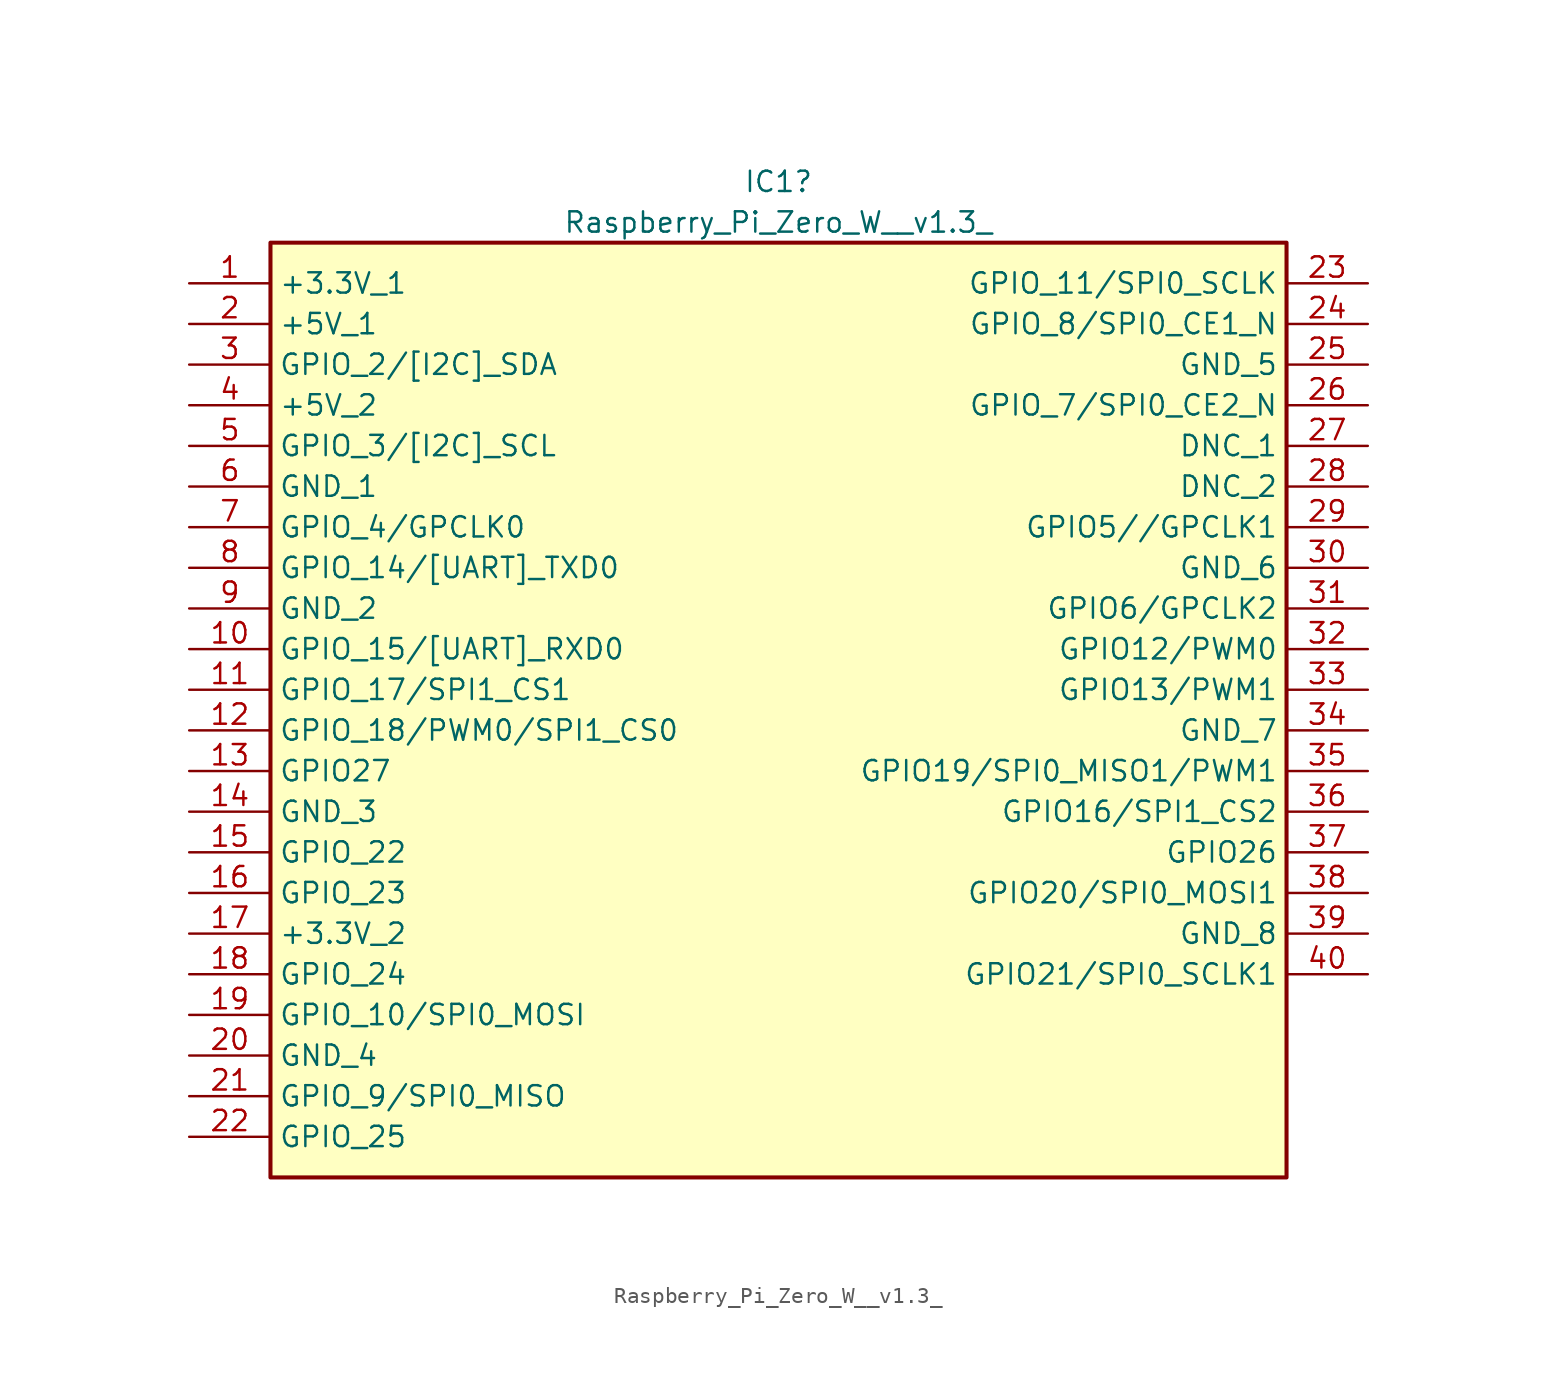
<source format=kicad_sym>
(kicad_symbol_lib
  (version 20220914)
  (generator kicad_symbol_editor)
  (symbol "Raspberry_Pi_Zero_W__v1.3_"
    (property "Reference" "IC1"
      (at 36.83 6.35 0)
      (effects (font (size 1.27 1.27))))
    (property "Value" "Raspberry_Pi_Zero_W__v1.3_"
      (at 36.83 3.81 0)
      (effects (font (size 1.27 1.27))))
    (symbol "Raspberry_Pi_Zero_W__v1.3__1_1"
      (rectangle (start 5.08 2.54) (end 68.58 -55.88) (stroke (width 0.254) (type default)) (fill (type background)))
      (pin passive line (at 0 0 0) (length 5.08) (name "+3.3V_1" (effects (font (size 1.27 1.27)))) (number "1" (effects (font (size 1.27 1.27)))))
      (pin passive line (at 0 -22.86 0) (length 5.08) (name "GPIO_15/[UART]_RXD0" (effects (font (size 1.27 1.27)))) (number "10" (effects (font (size 1.27 1.27)))))
      (pin passive line (at 0 -25.4 0) (length 5.08) (name "GPIO_17/SPI1_CS1" (effects (font (size 1.27 1.27)))) (number "11" (effects (font (size 1.27 1.27)))))
      (pin passive line (at 0 -27.94 0) (length 5.08) (name "GPIO_18/PWM0/SPI1_CS0" (effects (font (size 1.27 1.27)))) (number "12" (effects (font (size 1.27 1.27)))))
      (pin passive line (at 0 -30.48 0) (length 5.08) (name "GPIO27" (effects (font (size 1.27 1.27)))) (number "13" (effects (font (size 1.27 1.27)))))
      (pin passive line (at 0 -33.02 0) (length 5.08) (name "GND_3" (effects (font (size 1.27 1.27)))) (number "14" (effects (font (size 1.27 1.27)))))
      (pin passive line (at 0 -35.56 0) (length 5.08) (name "GPIO_22" (effects (font (size 1.27 1.27)))) (number "15" (effects (font (size 1.27 1.27)))))
      (pin passive line (at 0 -38.1 0) (length 5.08) (name "GPIO_23" (effects (font (size 1.27 1.27)))) (number "16" (effects (font (size 1.27 1.27)))))
      (pin passive line (at 0 -40.64 0) (length 5.08) (name "+3.3V_2" (effects (font (size 1.27 1.27)))) (number "17" (effects (font (size 1.27 1.27)))))
      (pin passive line (at 0 -43.18 0) (length 5.08) (name "GPIO_24" (effects (font (size 1.27 1.27)))) (number "18" (effects (font (size 1.27 1.27)))))
      (pin passive line (at 0 -45.72 0) (length 5.08) (name "GPIO_10/SPI0_MOSI" (effects (font (size 1.27 1.27)))) (number "19" (effects (font (size 1.27 1.27)))))
      (pin passive line (at 0 -2.54 0) (length 5.08) (name "+5V_1" (effects (font (size 1.27 1.27)))) (number "2" (effects (font (size 1.27 1.27)))))
      (pin passive line (at 0 -48.26 0) (length 5.08) (name "GND_4" (effects (font (size 1.27 1.27)))) (number "20" (effects (font (size 1.27 1.27)))))
      (pin passive line (at 0 -50.8 0) (length 5.08) (name "GPIO_9/SPI0_MISO" (effects (font (size 1.27 1.27)))) (number "21" (effects (font (size 1.27 1.27)))))
      (pin passive line (at 0 -53.34 0) (length 5.08) (name "GPIO_25" (effects (font (size 1.27 1.27)))) (number "22" (effects (font (size 1.27 1.27)))))
      (pin passive line (at 73.66 0 180) (length 5.08) (name "GPIO_11/SPI0_SCLK" (effects (font (size 1.27 1.27)))) (number "23" (effects (font (size 1.27 1.27)))))
      (pin passive line (at 73.66 -2.54 180) (length 5.08) (name "GPIO_8/SPI0_CE1_N" (effects (font (size 1.27 1.27)))) (number "24" (effects (font (size 1.27 1.27)))))
      (pin passive line (at 73.66 -5.08 180) (length 5.08) (name "GND_5" (effects (font (size 1.27 1.27)))) (number "25" (effects (font (size 1.27 1.27)))))
      (pin passive line (at 73.66 -7.62 180) (length 5.08) (name "GPIO_7/SPI0_CE2_N" (effects (font (size 1.27 1.27)))) (number "26" (effects (font (size 1.27 1.27)))))
      (pin passive line (at 73.66 -10.16 180) (length 5.08) (name "DNC_1" (effects (font (size 1.27 1.27)))) (number "27" (effects (font (size 1.27 1.27)))))
      (pin passive line (at 73.66 -12.7 180) (length 5.08) (name "DNC_2" (effects (font (size 1.27 1.27)))) (number "28" (effects (font (size 1.27 1.27)))))
      (pin passive line (at 73.66 -15.24 180) (length 5.08) (name "GPIO5//GPCLK1" (effects (font (size 1.27 1.27)))) (number "29" (effects (font (size 1.27 1.27)))))
      (pin passive line (at 0 -5.08 0) (length 5.08) (name "GPIO_2/[I2C]_SDA" (effects (font (size 1.27 1.27)))) (number "3" (effects (font (size 1.27 1.27)))))
      (pin passive line (at 73.66 -17.78 180) (length 5.08) (name "GND_6" (effects (font (size 1.27 1.27)))) (number "30" (effects (font (size 1.27 1.27)))))
      (pin passive line (at 73.66 -20.32 180) (length 5.08) (name "GPIO6/GPCLK2" (effects (font (size 1.27 1.27)))) (number "31" (effects (font (size 1.27 1.27)))))
      (pin passive line (at 73.66 -22.86 180) (length 5.08) (name "GPIO12/PWM0" (effects (font (size 1.27 1.27)))) (number "32" (effects (font (size 1.27 1.27)))))
      (pin passive line (at 73.66 -25.4 180) (length 5.08) (name "GPIO13/PWM1" (effects (font (size 1.27 1.27)))) (number "33" (effects (font (size 1.27 1.27)))))
      (pin passive line (at 73.66 -27.94 180) (length 5.08) (name "GND_7" (effects (font (size 1.27 1.27)))) (number "34" (effects (font (size 1.27 1.27)))))
      (pin passive line (at 73.66 -30.48 180) (length 5.08) (name "GPIO19/SPI0_MISO1/PWM1" (effects (font (size 1.27 1.27)))) (number "35" (effects (font (size 1.27 1.27)))))
      (pin passive line (at 73.66 -33.02 180) (length 5.08) (name "GPIO16/SPI1_CS2" (effects (font (size 1.27 1.27)))) (number "36" (effects (font (size 1.27 1.27)))))
      (pin passive line (at 73.66 -35.56 180) (length 5.08) (name "GPIO26" (effects (font (size 1.27 1.27)))) (number "37" (effects (font (size 1.27 1.27)))))
      (pin passive line (at 73.66 -38.1 180) (length 5.08) (name "GPIO20/SPI0_MOSI1" (effects (font (size 1.27 1.27)))) (number "38" (effects (font (size 1.27 1.27)))))
      (pin passive line (at 73.66 -40.64 180) (length 5.08) (name "GND_8" (effects (font (size 1.27 1.27)))) (number "39" (effects (font (size 1.27 1.27)))))
      (pin passive line (at 0 -7.62 0) (length 5.08) (name "+5V_2" (effects (font (size 1.27 1.27)))) (number "4" (effects (font (size 1.27 1.27)))))
      (pin passive line (at 73.66 -43.18 180) (length 5.08) (name "GPIO21/SPI0_SCLK1" (effects (font (size 1.27 1.27)))) (number "40" (effects (font (size 1.27 1.27)))))
      (pin passive line (at 0 -10.16 0) (length 5.08) (name "GPIO_3/[I2C]_SCL" (effects (font (size 1.27 1.27)))) (number "5" (effects (font (size 1.27 1.27)))))
      (pin passive line (at 0 -12.7 0) (length 5.08) (name "GND_1" (effects (font (size 1.27 1.27)))) (number "6" (effects (font (size 1.27 1.27)))))
      (pin passive line (at 0 -15.24 0) (length 5.08) (name "GPIO_4/GPCLK0" (effects (font (size 1.27 1.27)))) (number "7" (effects (font (size 1.27 1.27)))))
      (pin passive line (at 0 -17.78 0) (length 5.08) (name "GPIO_14/[UART]_TXD0" (effects (font (size 1.27 1.27)))) (number "8" (effects (font (size 1.27 1.27)))))
      (pin passive line (at 0 -20.32 0) (length 5.08) (name "GND_2" (effects (font (size 1.27 1.27)))) (number "9" (effects (font (size 1.27 1.27))))))))
</source>
